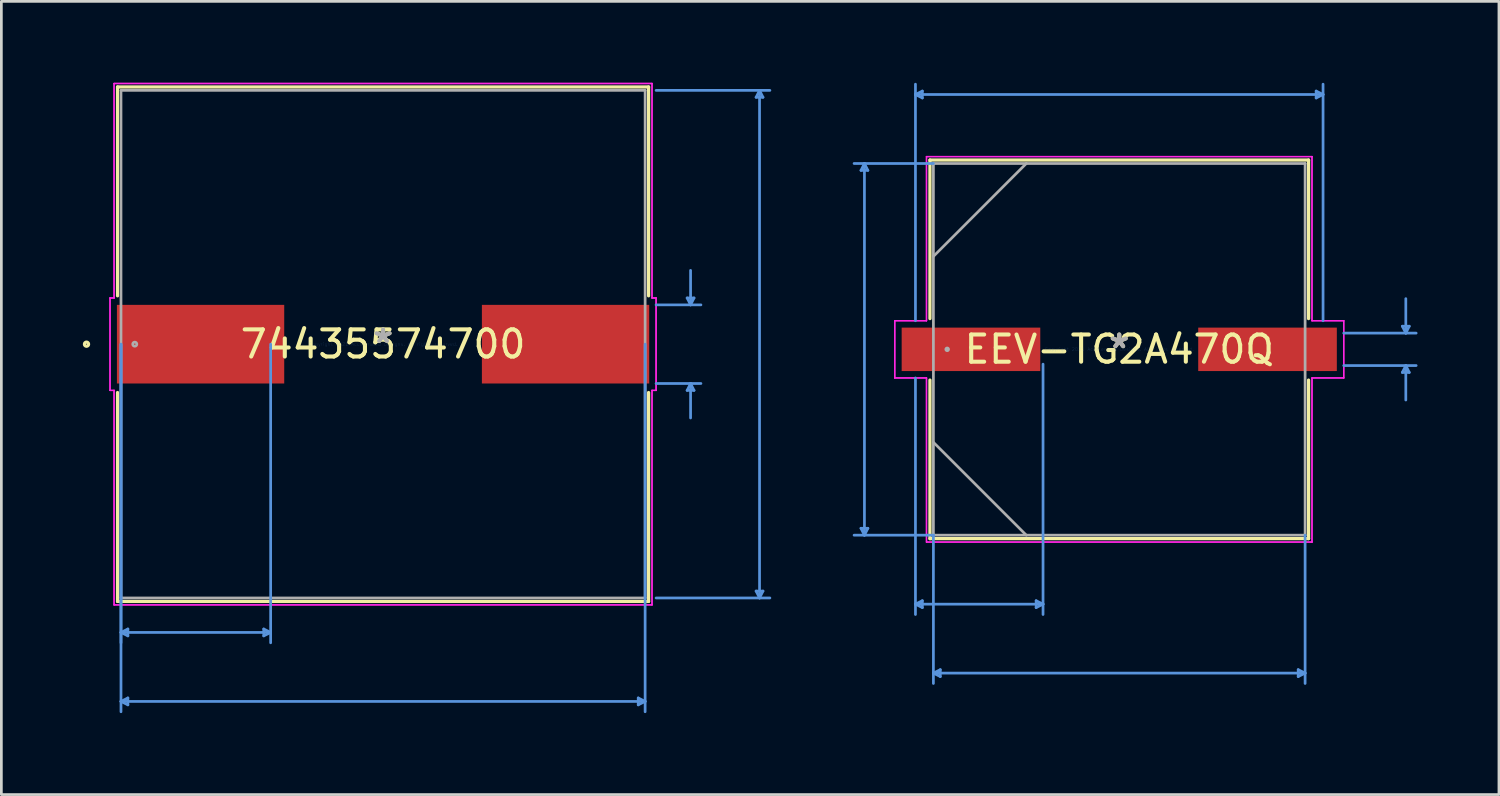
<source format=kicad_pcb>
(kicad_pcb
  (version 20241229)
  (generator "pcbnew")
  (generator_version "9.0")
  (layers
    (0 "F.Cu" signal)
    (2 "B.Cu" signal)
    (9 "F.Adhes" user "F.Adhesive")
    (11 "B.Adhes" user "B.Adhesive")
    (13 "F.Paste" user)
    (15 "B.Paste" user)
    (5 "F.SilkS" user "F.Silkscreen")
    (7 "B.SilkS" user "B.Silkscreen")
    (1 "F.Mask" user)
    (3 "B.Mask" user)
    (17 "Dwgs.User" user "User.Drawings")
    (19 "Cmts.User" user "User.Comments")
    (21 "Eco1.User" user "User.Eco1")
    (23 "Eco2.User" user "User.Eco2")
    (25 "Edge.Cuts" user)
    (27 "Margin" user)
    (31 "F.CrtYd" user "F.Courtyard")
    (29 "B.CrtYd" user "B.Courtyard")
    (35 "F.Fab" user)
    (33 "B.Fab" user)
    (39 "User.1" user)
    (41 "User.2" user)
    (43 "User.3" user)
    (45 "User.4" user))
  (footprint "74435574700"
    (layer "F.Cu")
    (at 11.058 9.626)
    (property "Reference" "74435574700" (at 0 0 0) (layer "F.SilkS") (effects (font (size 1 1) (thickness 0.15))))
    (attr through_hole)
    (fp_line (start -9.779 -9.474) (end -9.779 -1.781) (stroke (width 0.12) (type solid)) (layer "F.SilkS"))
    (fp_line (start -9.779 1.781) (end -9.779 9.474) (stroke (width 0.12) (type solid)) (layer "F.SilkS"))
    (fp_line (start -9.779 9.474) (end 9.779 9.474) (stroke (width 0.12) (type solid)) (layer "F.SilkS"))
    (fp_line (start 9.779 -9.474) (end -9.779 -9.474) (stroke (width 0.12) (type solid)) (layer "F.SilkS"))
    (fp_line (start 9.779 -1.781) (end 9.779 -9.474) (stroke (width 0.12) (type solid)) (layer "F.SilkS"))
    (fp_line (start 9.779 9.474) (end 9.779 1.781) (stroke (width 0.12) (type solid)) (layer "F.SilkS"))
    (fp_circle (center -10.922 0) (end -10.846 0) (stroke (width 0.12) (type solid)) (fill no) (layer "F.SilkS"))
    (fp_line (start -9.652 0) (end -9.652 10.998) (stroke (width 0.1) (type solid)) (layer "Cmts.User"))
    (fp_line (start -9.652 0) (end -9.652 13.538) (stroke (width 0.1) (type solid)) (layer "Cmts.User"))
    (fp_line (start -9.652 10.617) (end -9.398 10.49) (stroke (width 0.1) (type solid)) (layer "Cmts.User"))
    (fp_line (start -9.652 10.617) (end -9.398 10.744) (stroke (width 0.1) (type solid)) (layer "Cmts.User"))
    (fp_line (start -9.652 10.617) (end -4.14 10.617) (stroke (width 0.1) (type solid)) (layer "Cmts.User"))
    (fp_line (start -9.652 13.157) (end -9.398 13.03) (stroke (width 0.1) (type solid)) (layer "Cmts.User"))
    (fp_line (start -9.652 13.157) (end -9.398 13.284) (stroke (width 0.1) (type solid)) (layer "Cmts.User"))
    (fp_line (start -9.652 13.157) (end 9.652 13.157) (stroke (width 0.1) (type solid)) (layer "Cmts.User"))
    (fp_line (start -9.398 10.49) (end -9.398 10.744) (stroke (width 0.1) (type solid)) (layer "Cmts.User"))
    (fp_line (start -9.398 13.03) (end -9.398 13.284) (stroke (width 0.1) (type solid)) (layer "Cmts.User"))
    (fp_line (start -4.394 10.49) (end -4.394 10.744) (stroke (width 0.1) (type solid)) (layer "Cmts.User"))
    (fp_line (start -4.14 0) (end -4.14 10.998) (stroke (width 0.1) (type solid)) (layer "Cmts.User"))
    (fp_line (start -4.14 10.617) (end -4.394 10.49) (stroke (width 0.1) (type solid)) (layer "Cmts.User"))
    (fp_line (start -4.14 10.617) (end -4.394 10.744) (stroke (width 0.1) (type solid)) (layer "Cmts.User"))
    (fp_line (start 9.398 13.03) (end 9.398 13.284) (stroke (width 0.1) (type solid)) (layer "Cmts.User"))
    (fp_line (start 9.652 0) (end 9.652 13.538) (stroke (width 0.1) (type solid)) (layer "Cmts.User"))
    (fp_line (start 9.652 13.157) (end 9.398 13.03) (stroke (width 0.1) (type solid)) (layer "Cmts.User"))
    (fp_line (start 9.652 13.157) (end 9.398 13.284) (stroke (width 0.1) (type solid)) (layer "Cmts.User"))
    (fp_line (start 10.056 -9.347) (end 14.247 -9.347) (stroke (width 0.1) (type solid)) (layer "Cmts.User"))
    (fp_line (start 10.056 -1.448) (end 11.707 -1.448) (stroke (width 0.1) (type solid)) (layer "Cmts.User"))
    (fp_line (start 10.056 1.448) (end 11.707 1.448) (stroke (width 0.1) (type solid)) (layer "Cmts.User"))
    (fp_line (start 10.056 9.347) (end 14.247 9.347) (stroke (width 0.1) (type solid)) (layer "Cmts.User"))
    (fp_line (start 11.199 -1.702) (end 11.453 -1.702) (stroke (width 0.1) (type solid)) (layer "Cmts.User"))
    (fp_line (start 11.199 1.702) (end 11.453 1.702) (stroke (width 0.1) (type solid)) (layer "Cmts.User"))
    (fp_line (start 11.326 -1.448) (end 11.199 -1.702) (stroke (width 0.1) (type solid)) (layer "Cmts.User"))
    (fp_line (start 11.326 -1.448) (end 11.326 -2.718) (stroke (width 0.1) (type solid)) (layer "Cmts.User"))
    (fp_line (start 11.326 -1.448) (end 11.453 -1.702) (stroke (width 0.1) (type solid)) (layer "Cmts.User"))
    (fp_line (start 11.326 1.448) (end 11.199 1.702) (stroke (width 0.1) (type solid)) (layer "Cmts.User"))
    (fp_line (start 11.326 1.448) (end 11.326 2.718) (stroke (width 0.1) (type solid)) (layer "Cmts.User"))
    (fp_line (start 11.326 1.448) (end 11.453 1.702) (stroke (width 0.1) (type solid)) (layer "Cmts.User"))
    (fp_line (start 13.739 -9.093) (end 13.993 -9.093) (stroke (width 0.1) (type solid)) (layer "Cmts.User"))
    (fp_line (start 13.739 9.093) (end 13.993 9.093) (stroke (width 0.1) (type solid)) (layer "Cmts.User"))
    (fp_line (start 13.866 -9.347) (end 13.739 -9.093) (stroke (width 0.1) (type solid)) (layer "Cmts.User"))
    (fp_line (start 13.866 -9.347) (end 13.866 9.347) (stroke (width 0.1) (type solid)) (layer "Cmts.User"))
    (fp_line (start 13.866 -9.347) (end 13.993 -9.093) (stroke (width 0.1) (type solid)) (layer "Cmts.User"))
    (fp_line (start 13.866 9.347) (end 13.739 9.093) (stroke (width 0.1) (type solid)) (layer "Cmts.User"))
    (fp_line (start 13.866 9.347) (end 13.993 9.093) (stroke (width 0.1) (type solid)) (layer "Cmts.User"))
    (fp_line (start -10.056 -1.702) (end -9.906 -1.702) (stroke (width 0.05) (type solid)) (layer "F.CrtYd"))
    (fp_line (start -10.056 -1.702) (end -9.906 -1.702) (stroke (width 0.05) (type solid)) (layer "F.CrtYd"))
    (fp_line (start -10.056 1.702) (end -10.056 -1.702) (stroke (width 0.05) (type solid)) (layer "F.CrtYd"))
    (fp_line (start -10.056 1.702) (end -10.056 -1.702) (stroke (width 0.05) (type solid)) (layer "F.CrtYd"))
    (fp_line (start -9.906 -9.601) (end 9.906 -9.601) (stroke (width 0.05) (type solid)) (layer "F.CrtYd"))
    (fp_line (start -9.906 -9.601) (end 9.906 -9.601) (stroke (width 0.05) (type solid)) (layer "F.CrtYd"))
    (fp_line (start -9.906 -1.702) (end -9.906 -9.601) (stroke (width 0.05) (type solid)) (layer "F.CrtYd"))
    (fp_line (start -9.906 -1.702) (end -9.906 -9.601) (stroke (width 0.05) (type solid)) (layer "F.CrtYd"))
    (fp_line (start -9.906 1.702) (end -10.056 1.702) (stroke (width 0.05) (type solid)) (layer "F.CrtYd"))
    (fp_line (start -9.906 1.702) (end -10.056 1.702) (stroke (width 0.05) (type solid)) (layer "F.CrtYd"))
    (fp_line (start -9.906 9.601) (end -9.906 1.702) (stroke (width 0.05) (type solid)) (layer "F.CrtYd"))
    (fp_line (start -9.906 9.601) (end -9.906 1.702) (stroke (width 0.05) (type solid)) (layer "F.CrtYd"))
    (fp_line (start 9.906 -9.601) (end 9.906 -1.702) (stroke (width 0.05) (type solid)) (layer "F.CrtYd"))
    (fp_line (start 9.906 -9.601) (end 9.906 -1.702) (stroke (width 0.05) (type solid)) (layer "F.CrtYd"))
    (fp_line (start 9.906 -1.702) (end 10.056 -1.702) (stroke (width 0.05) (type solid)) (layer "F.CrtYd"))
    (fp_line (start 9.906 -1.702) (end 10.056 -1.702) (stroke (width 0.05) (type solid)) (layer "F.CrtYd"))
    (fp_line (start 9.906 1.702) (end 9.906 9.601) (stroke (width 0.05) (type solid)) (layer "F.CrtYd"))
    (fp_line (start 9.906 1.702) (end 9.906 9.601) (stroke (width 0.05) (type solid)) (layer "F.CrtYd"))
    (fp_line (start 9.906 9.601) (end -9.906 9.601) (stroke (width 0.05) (type solid)) (layer "F.CrtYd"))
    (fp_line (start 9.906 9.601) (end -9.906 9.601) (stroke (width 0.05) (type solid)) (layer "F.CrtYd"))
    (fp_line (start 10.056 -1.702) (end 10.056 1.702) (stroke (width 0.05) (type solid)) (layer "F.CrtYd"))
    (fp_line (start 10.056 -1.702) (end 10.056 1.702) (stroke (width 0.05) (type solid)) (layer "F.CrtYd"))
    (fp_line (start 10.056 1.702) (end 9.906 1.702) (stroke (width 0.05) (type solid)) (layer "F.CrtYd"))
    (fp_line (start 10.056 1.702) (end 9.906 1.702) (stroke (width 0.05) (type solid)) (layer "F.CrtYd"))
    (fp_line (start -9.652 -9.347) (end -9.652 9.347) (stroke (width 0.1) (type solid)) (layer "F.Fab"))
    (fp_line (start -9.652 9.347) (end 9.652 9.347) (stroke (width 0.1) (type solid)) (layer "F.Fab"))
    (fp_line (start 9.652 -9.347) (end -9.652 -9.347) (stroke (width 0.1) (type solid)) (layer "F.Fab"))
    (fp_line (start 9.652 9.347) (end 9.652 -9.347) (stroke (width 0.1) (type solid)) (layer "F.Fab"))
    (fp_circle (center -9.144 0) (end -9.068 0) (stroke (width 0.1) (type solid)) (fill no) (layer "F.Fab"))
    (fp_text user "*" (at 0 0 0) (layer "F.SilkS") (effects (font (size 1 1) (thickness 0.15))))
    (fp_text user "Copyright 2021 Accelerated Designs. All rights reserved." (at 0 0 0) (layer "Cmts.User") (effects (font (size 0.127 0.127) (thickness 0.002))))
    (fp_text user "*" (at 0 0 0) (layer "F.Fab") (effects (font (size 1 1) (thickness 0.15))))
    (pad "1" smd rect (at -6.721 0 90) (size 2.896 6.162) (layers "F.Cu" "F.Mask" "F.Paste"))
    (pad "2" smd rect (at 6.721 0 90) (size 2.896 6.162) (layers "F.Cu" "F.Mask" "F.Paste")))
  (footprint "EEV-TG2A470Q"
    (layer "F.Cu")
    (at 38.172 9.816)
    (property "Reference" "EEV-TG2A470Q" (at 0 0 0) (layer "F.SilkS") (effects (font (size 1 1) (thickness 0.15))))
    (attr through_hole)
    (fp_line (start -6.972 -6.972) (end -6.972 -1.133) (stroke (width 0.12) (type solid)) (layer "F.SilkS"))
    (fp_line (start -6.972 1.133) (end -6.972 6.972) (stroke (width 0.12) (type solid)) (layer "F.SilkS"))
    (fp_line (start -6.972 6.972) (end 6.972 6.972) (stroke (width 0.12) (type solid)) (layer "F.SilkS"))
    (fp_line (start 6.972 -6.972) (end -6.972 -6.972) (stroke (width 0.12) (type solid)) (layer "F.SilkS"))
    (fp_line (start 6.972 -1.133) (end 6.972 -6.972) (stroke (width 0.12) (type solid)) (layer "F.SilkS"))
    (fp_line (start 6.972 6.972) (end 6.972 1.133) (stroke (width 0.12) (type solid)) (layer "F.SilkS"))
    (fp_line (start -9.512 -6.591) (end -9.258 -6.591) (stroke (width 0.1) (type solid)) (layer "Cmts.User"))
    (fp_line (start -9.512 6.591) (end -9.258 6.591) (stroke (width 0.1) (type solid)) (layer "Cmts.User"))
    (fp_line (start -9.385 -6.845) (end -9.512 -6.591) (stroke (width 0.1) (type solid)) (layer "Cmts.User"))
    (fp_line (start -9.385 -6.845) (end -9.385 6.845) (stroke (width 0.1) (type solid)) (layer "Cmts.User"))
    (fp_line (start -9.385 -6.845) (end -9.258 -6.591) (stroke (width 0.1) (type solid)) (layer "Cmts.User"))
    (fp_line (start -9.385 6.845) (end -9.512 6.591) (stroke (width 0.1) (type solid)) (layer "Cmts.User"))
    (fp_line (start -9.385 6.845) (end -9.258 6.591) (stroke (width 0.1) (type solid)) (layer "Cmts.User"))
    (fp_line (start -7.506 -9.385) (end -7.252 -9.512) (stroke (width 0.1) (type solid)) (layer "Cmts.User"))
    (fp_line (start -7.506 -9.385) (end -7.252 -9.258) (stroke (width 0.1) (type solid)) (layer "Cmts.User"))
    (fp_line (start -7.506 -9.385) (end 7.506 -9.385) (stroke (width 0.1) (type solid)) (layer "Cmts.User"))
    (fp_line (start -7.506 -1.054) (end -7.506 -9.766) (stroke (width 0.1) (type solid)) (layer "Cmts.User"))
    (fp_line (start -7.506 1.054) (end -7.506 9.766) (stroke (width 0.1) (type solid)) (layer "Cmts.User"))
    (fp_line (start -7.506 9.385) (end -7.252 9.258) (stroke (width 0.1) (type solid)) (layer "Cmts.User"))
    (fp_line (start -7.506 9.385) (end -7.252 9.512) (stroke (width 0.1) (type solid)) (layer "Cmts.User"))
    (fp_line (start -7.506 9.385) (end -2.807 9.385) (stroke (width 0.1) (type solid)) (layer "Cmts.User"))
    (fp_line (start -7.252 -9.512) (end -7.252 -9.258) (stroke (width 0.1) (type solid)) (layer "Cmts.User"))
    (fp_line (start -7.252 9.258) (end -7.252 9.512) (stroke (width 0.1) (type solid)) (layer "Cmts.User"))
    (fp_line (start -6.845 -6.845) (end -9.766 -6.845) (stroke (width 0.1) (type solid)) (layer "Cmts.User"))
    (fp_line (start -6.845 6.845) (end -9.766 6.845) (stroke (width 0.1) (type solid)) (layer "Cmts.User"))
    (fp_line (start -6.845 6.845) (end -6.845 12.306) (stroke (width 0.1) (type solid)) (layer "Cmts.User"))
    (fp_line (start -6.845 11.925) (end -6.591 11.798) (stroke (width 0.1) (type solid)) (layer "Cmts.User"))
    (fp_line (start -6.845 11.925) (end -6.591 12.052) (stroke (width 0.1) (type solid)) (layer "Cmts.User"))
    (fp_line (start -6.845 11.925) (end 6.845 11.925) (stroke (width 0.1) (type solid)) (layer "Cmts.User"))
    (fp_line (start -6.591 11.798) (end -6.591 12.052) (stroke (width 0.1) (type solid)) (layer "Cmts.User"))
    (fp_line (start -3.061 9.258) (end -3.061 9.512) (stroke (width 0.1) (type solid)) (layer "Cmts.User"))
    (fp_line (start -2.807 0.546) (end -2.807 9.766) (stroke (width 0.1) (type solid)) (layer "Cmts.User"))
    (fp_line (start -2.807 9.385) (end -3.061 9.258) (stroke (width 0.1) (type solid)) (layer "Cmts.User"))
    (fp_line (start -2.807 9.385) (end -3.061 9.512) (stroke (width 0.1) (type solid)) (layer "Cmts.User"))
    (fp_line (start 6.591 11.798) (end 6.591 12.052) (stroke (width 0.1) (type solid)) (layer "Cmts.User"))
    (fp_line (start 6.845 6.845) (end 6.845 12.306) (stroke (width 0.1) (type solid)) (layer "Cmts.User"))
    (fp_line (start 6.845 11.925) (end 6.591 11.798) (stroke (width 0.1) (type solid)) (layer "Cmts.User"))
    (fp_line (start 6.845 11.925) (end 6.591 12.052) (stroke (width 0.1) (type solid)) (layer "Cmts.User"))
    (fp_line (start 7.252 -9.512) (end 7.252 -9.258) (stroke (width 0.1) (type solid)) (layer "Cmts.User"))
    (fp_line (start 7.506 -9.385) (end 7.252 -9.512) (stroke (width 0.1) (type solid)) (layer "Cmts.User"))
    (fp_line (start 7.506 -9.385) (end 7.252 -9.258) (stroke (width 0.1) (type solid)) (layer "Cmts.User"))
    (fp_line (start 7.506 -1.054) (end 7.506 -9.766) (stroke (width 0.1) (type solid)) (layer "Cmts.User"))
    (fp_line (start 8.268 -0.597) (end 10.935 -0.597) (stroke (width 0.1) (type solid)) (layer "Cmts.User"))
    (fp_line (start 8.268 0.597) (end 10.935 0.597) (stroke (width 0.1) (type solid)) (layer "Cmts.User"))
    (fp_line (start 10.427 -0.851) (end 10.681 -0.851) (stroke (width 0.1) (type solid)) (layer "Cmts.User"))
    (fp_line (start 10.427 0.851) (end 10.681 0.851) (stroke (width 0.1) (type solid)) (layer "Cmts.User"))
    (fp_line (start 10.554 -0.597) (end 10.427 -0.851) (stroke (width 0.1) (type solid)) (layer "Cmts.User"))
    (fp_line (start 10.554 -0.597) (end 10.554 -1.867) (stroke (width 0.1) (type solid)) (layer "Cmts.User"))
    (fp_line (start 10.554 -0.597) (end 10.681 -0.851) (stroke (width 0.1) (type solid)) (layer "Cmts.User"))
    (fp_line (start 10.554 0.597) (end 10.427 0.851) (stroke (width 0.1) (type solid)) (layer "Cmts.User"))
    (fp_line (start 10.554 0.597) (end 10.554 1.867) (stroke (width 0.1) (type solid)) (layer "Cmts.User"))
    (fp_line (start 10.554 0.597) (end 10.681 0.851) (stroke (width 0.1) (type solid)) (layer "Cmts.User"))
    (fp_line (start -8.268 -1.054) (end -7.099 -1.054) (stroke (width 0.05) (type solid)) (layer "F.CrtYd"))
    (fp_line (start -8.268 -1.054) (end -7.099 -1.054) (stroke (width 0.05) (type solid)) (layer "F.CrtYd"))
    (fp_line (start -8.268 1.054) (end -8.268 -1.054) (stroke (width 0.05) (type solid)) (layer "F.CrtYd"))
    (fp_line (start -8.268 1.054) (end -8.268 -1.054) (stroke (width 0.05) (type solid)) (layer "F.CrtYd"))
    (fp_line (start -7.099 -7.099) (end 7.099 -7.099) (stroke (width 0.05) (type solid)) (layer "F.CrtYd"))
    (fp_line (start -7.099 -7.099) (end 7.099 -7.099) (stroke (width 0.05) (type solid)) (layer "F.CrtYd"))
    (fp_line (start -7.099 -1.054) (end -7.099 -7.099) (stroke (width 0.05) (type solid)) (layer "F.CrtYd"))
    (fp_line (start -7.099 -1.054) (end -7.099 -7.099) (stroke (width 0.05) (type solid)) (layer "F.CrtYd"))
    (fp_line (start -7.099 1.054) (end -8.268 1.054) (stroke (width 0.05) (type solid)) (layer "F.CrtYd"))
    (fp_line (start -7.099 1.054) (end -8.268 1.054) (stroke (width 0.05) (type solid)) (layer "F.CrtYd"))
    (fp_line (start -7.099 7.099) (end -7.099 1.054) (stroke (width 0.05) (type solid)) (layer "F.CrtYd"))
    (fp_line (start -7.099 7.099) (end -7.099 1.054) (stroke (width 0.05) (type solid)) (layer "F.CrtYd"))
    (fp_line (start 7.099 -7.099) (end 7.099 -1.054) (stroke (width 0.05) (type solid)) (layer "F.CrtYd"))
    (fp_line (start 7.099 -7.099) (end 7.099 -1.054) (stroke (width 0.05) (type solid)) (layer "F.CrtYd"))
    (fp_line (start 7.099 -1.054) (end 8.268 -1.054) (stroke (width 0.05) (type solid)) (layer "F.CrtYd"))
    (fp_line (start 7.099 -1.054) (end 8.268 -1.054) (stroke (width 0.05) (type solid)) (layer "F.CrtYd"))
    (fp_line (start 7.099 1.054) (end 7.099 7.099) (stroke (width 0.05) (type solid)) (layer "F.CrtYd"))
    (fp_line (start 7.099 1.054) (end 7.099 7.099) (stroke (width 0.05) (type solid)) (layer "F.CrtYd"))
    (fp_line (start 7.099 7.099) (end -7.099 7.099) (stroke (width 0.05) (type solid)) (layer "F.CrtYd"))
    (fp_line (start 7.099 7.099) (end -7.099 7.099) (stroke (width 0.05) (type solid)) (layer "F.CrtYd"))
    (fp_line (start 8.268 -1.054) (end 8.268 1.054) (stroke (width 0.05) (type solid)) (layer "F.CrtYd"))
    (fp_line (start 8.268 -1.054) (end 8.268 1.054) (stroke (width 0.05) (type solid)) (layer "F.CrtYd"))
    (fp_line (start 8.268 1.054) (end 7.099 1.054) (stroke (width 0.05) (type solid)) (layer "F.CrtYd"))
    (fp_line (start 8.268 1.054) (end 7.099 1.054) (stroke (width 0.05) (type solid)) (layer "F.CrtYd"))
    (fp_line (start -6.845 -6.845) (end -6.845 6.845) (stroke (width 0.1) (type solid)) (layer "F.Fab"))
    (fp_line (start -6.845 -3.423) (end -3.423 -6.845) (stroke (width 0.1) (type solid)) (layer "F.Fab"))
    (fp_line (start -6.845 3.423) (end -3.423 6.845) (stroke (width 0.1) (type solid)) (layer "F.Fab"))
    (fp_line (start -6.845 6.845) (end 6.845 6.845) (stroke (width 0.1) (type solid)) (layer "F.Fab"))
    (fp_line (start 6.845 -6.845) (end -6.845 -6.845) (stroke (width 0.1) (type solid)) (layer "F.Fab"))
    (fp_line (start 6.845 6.845) (end 6.845 -6.845) (stroke (width 0.1) (type solid)) (layer "F.Fab"))
    (fp_circle (center -6.337 0) (end -6.337 0) (stroke (width 0.1) (type solid)) (fill no) (layer "F.Fab"))
    (fp_text user "*" (at 0 0 0) (layer "F.SilkS") (effects (font (size 1 1) (thickness 0.15))))
    (fp_text user "Copyright 2021 Accelerated Designs. All rights reserved." (at 0 0 0) (layer "Cmts.User") (effects (font (size 0.127 0.127) (thickness 0.002))))
    (fp_text user "*" (at 0 0 0) (layer "F.Fab") (effects (font (size 1 1) (thickness 0.15))))
    (pad "1" smd rect (at -5.461 0) (size 5.105 1.6) (layers "F.Cu" "F.Mask" "F.Paste"))
    (pad "2" smd rect (at 5.461 0) (size 5.105 1.6) (layers "F.Cu" "F.Mask" "F.Paste")))
  (gr_rect
    (start -3 -3)
    (end 52.156 26.214)
    (stroke (width 0.1) (type default))
    (fill no)
    (layer "Edge.Cuts")))
</source>
